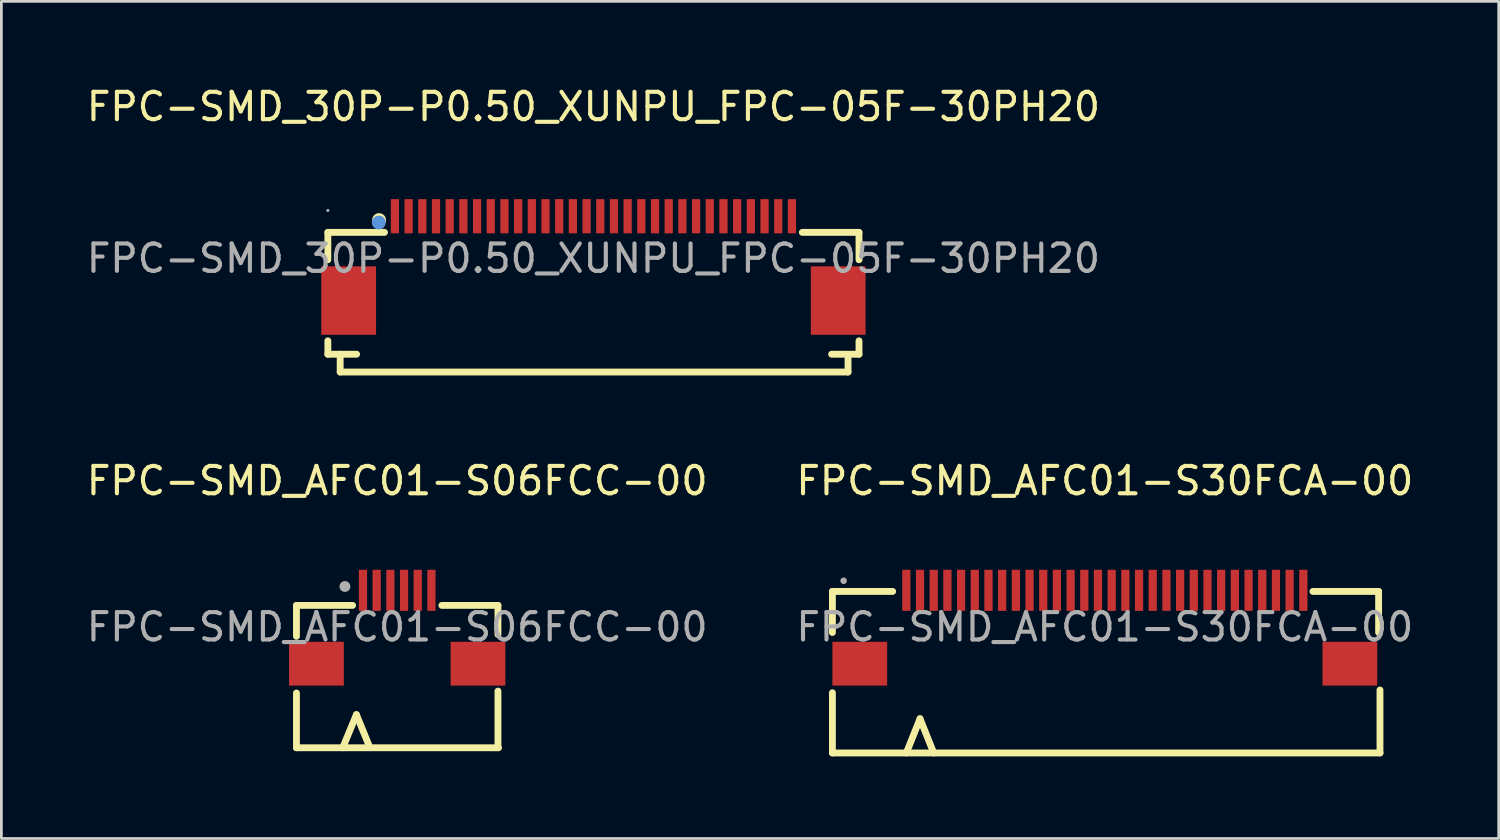
<source format=kicad_pcb>
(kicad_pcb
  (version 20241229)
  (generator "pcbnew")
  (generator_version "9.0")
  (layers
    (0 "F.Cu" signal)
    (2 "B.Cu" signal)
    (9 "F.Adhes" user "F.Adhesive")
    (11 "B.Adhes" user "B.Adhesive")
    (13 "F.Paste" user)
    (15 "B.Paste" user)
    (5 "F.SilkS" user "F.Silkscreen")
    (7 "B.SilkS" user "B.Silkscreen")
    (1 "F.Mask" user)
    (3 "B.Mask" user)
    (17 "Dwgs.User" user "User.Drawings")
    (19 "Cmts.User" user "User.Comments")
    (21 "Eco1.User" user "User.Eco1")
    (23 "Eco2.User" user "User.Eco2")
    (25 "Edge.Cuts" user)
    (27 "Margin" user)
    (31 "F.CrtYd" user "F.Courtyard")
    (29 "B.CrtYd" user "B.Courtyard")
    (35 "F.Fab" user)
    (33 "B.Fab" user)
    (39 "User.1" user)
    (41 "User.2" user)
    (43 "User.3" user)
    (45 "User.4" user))
  (footprint "FPC-SMD_AFC01-S30FCA-00"
    (layer "F.Cu")
    (at 37.304 19.852)
    (property "Reference" "FPC-SMD_AFC01-S30FCA-00" (at 0 -5.34 0) (layer "F.SilkS") (effects (font (size 1 1) (thickness 0.15))))
    (attr smd)
    (fp_line (start -9.95 -1.3) (end -9.95 0.2) (stroke (width 0.25) (type solid)) (layer "F.SilkS"))
    (fp_line (start -9.95 4.6) (end -9.95 2.4) (stroke (width 0.25) (type solid)) (layer "F.SilkS"))
    (fp_line (start -7.75 -1.3) (end -9.95 -1.3) (stroke (width 0.25) (type solid)) (layer "F.SilkS"))
    (fp_line (start -6.75 3.35) (end -7.25 4.6) (stroke (width 0.25) (type solid)) (layer "F.SilkS"))
    (fp_line (start -6.25 4.6) (end -6.75 3.35) (stroke (width 0.25) (type solid)) (layer "F.SilkS"))
    (fp_line (start 7.6 -1.3) (end 10 -1.3) (stroke (width 0.25) (type solid)) (layer "F.SilkS"))
    (fp_line (start 10 -1.3) (end 10 0.2) (stroke (width 0.25) (type solid)) (layer "F.SilkS"))
    (fp_line (start 10.05 2.3) (end 10.05 4.6) (stroke (width 0.25) (type solid)) (layer "F.SilkS"))
    (fp_line (start 10.05 4.6) (end -9.95 4.6) (stroke (width 0.25) (type solid)) (layer "F.SilkS"))
    (fp_circle (center -9.54 -1.69) (end -9.48 -1.69) (stroke (width 0.12) (type solid)) (fill no) (layer "F.Fab"))
    (fp_text user "${REFERENCE}" (at 0 0 0) (layer "F.Fab") (effects (font (size 1 1) (thickness 0.15))))
    (pad "1" smd rect (at -7.25 -1.34) (size 0.3 1.5) (layers "F.Cu" "F.Mask" "F.Paste"))
    (pad "2" smd rect (at -6.75 -1.34) (size 0.3 1.5) (layers "F.Cu" "F.Mask" "F.Paste"))
    (pad "3" smd rect (at -6.25 -1.34) (size 0.3 1.5) (layers "F.Cu" "F.Mask" "F.Paste"))
    (pad "4" smd rect (at -5.75 -1.34) (size 0.3 1.5) (layers "F.Cu" "F.Mask" "F.Paste"))
    (pad "5" smd rect (at -5.25 -1.34) (size 0.3 1.5) (layers "F.Cu" "F.Mask" "F.Paste"))
    (pad "6" smd rect (at -4.75 -1.34) (size 0.3 1.5) (layers "F.Cu" "F.Mask" "F.Paste"))
    (pad "7" smd rect (at -4.25 -1.34) (size 0.3 1.5) (layers "F.Cu" "F.Mask" "F.Paste"))
    (pad "8" smd rect (at -3.75 -1.34) (size 0.3 1.5) (layers "F.Cu" "F.Mask" "F.Paste"))
    (pad "9" smd rect (at -3.25 -1.34) (size 0.3 1.5) (layers "F.Cu" "F.Mask" "F.Paste"))
    (pad "10" smd rect (at -2.75 -1.34) (size 0.3 1.5) (layers "F.Cu" "F.Mask" "F.Paste"))
    (pad "11" smd rect (at -2.25 -1.34) (size 0.3 1.5) (layers "F.Cu" "F.Mask" "F.Paste"))
    (pad "12" smd rect (at -1.75 -1.34) (size 0.3 1.5) (layers "F.Cu" "F.Mask" "F.Paste"))
    (pad "13" smd rect (at -1.25 -1.34) (size 0.3 1.5) (layers "F.Cu" "F.Mask" "F.Paste"))
    (pad "14" smd rect (at -0.75 -1.34) (size 0.3 1.5) (layers "F.Cu" "F.Mask" "F.Paste"))
    (pad "15" smd rect (at -0.25 -1.34) (size 0.3 1.5) (layers "F.Cu" "F.Mask" "F.Paste"))
    (pad "16" smd rect (at 0.25 -1.34) (size 0.3 1.5) (layers "F.Cu" "F.Mask" "F.Paste"))
    (pad "17" smd rect (at 0.75 -1.34) (size 0.3 1.5) (layers "F.Cu" "F.Mask" "F.Paste"))
    (pad "18" smd rect (at 1.25 -1.34) (size 0.3 1.5) (layers "F.Cu" "F.Mask" "F.Paste"))
    (pad "19" smd rect (at 1.75 -1.34) (size 0.3 1.5) (layers "F.Cu" "F.Mask" "F.Paste"))
    (pad "20" smd rect (at 2.25 -1.34) (size 0.3 1.5) (layers "F.Cu" "F.Mask" "F.Paste"))
    (pad "21" smd rect (at 2.75 -1.34) (size 0.3 1.5) (layers "F.Cu" "F.Mask" "F.Paste"))
    (pad "22" smd rect (at 3.25 -1.34) (size 0.3 1.5) (layers "F.Cu" "F.Mask" "F.Paste"))
    (pad "23" smd rect (at 3.75 -1.34) (size 0.3 1.5) (layers "F.Cu" "F.Mask" "F.Paste"))
    (pad "24" smd rect (at 4.25 -1.34) (size 0.3 1.5) (layers "F.Cu" "F.Mask" "F.Paste"))
    (pad "25" smd rect (at 4.75 -1.34) (size 0.3 1.5) (layers "F.Cu" "F.Mask" "F.Paste"))
    (pad "26" smd rect (at 5.25 -1.34) (size 0.3 1.5) (layers "F.Cu" "F.Mask" "F.Paste"))
    (pad "27" smd rect (at 5.75 -1.34) (size 0.3 1.5) (layers "F.Cu" "F.Mask" "F.Paste"))
    (pad "28" smd rect (at 6.25 -1.34) (size 0.3 1.5) (layers "F.Cu" "F.Mask" "F.Paste"))
    (pad "29" smd rect (at 6.75 -1.34) (size 0.3 1.5) (layers "F.Cu" "F.Mask" "F.Paste"))
    (pad "30" smd rect (at 7.25 -1.34) (size 0.3 1.5) (layers "F.Cu" "F.Mask" "F.Paste"))
    (pad "31" smd rect (at -8.95 1.34) (size 2 1.6) (layers "F.Cu" "F.Mask" "F.Paste"))
    (pad "32" smd rect (at 8.95 1.34 180) (size 2 1.6) (layers "F.Cu" "F.Mask" "F.Paste")))
  (footprint "FPC-SMD_30P-P0.50_XUNPU_FPC-05F-30PH20"
    (layer "F.Cu")
    (at 18.625 6.388)
    (property "Reference" "FPC-SMD_30P-P0.50_XUNPU_FPC-05F-30PH20" (at 0 -5.54 0) (layer "F.SilkS") (effects (font (size 1 1) (thickness 0.15))))
    (attr smd)
    (fp_line (start -9.7 -0.95) (end -9.7 0.05) (stroke (width 0.25) (type solid)) (layer "F.SilkS"))
    (fp_line (start -9.7 3.01) (end -9.7 3.5) (stroke (width 0.25) (type solid)) (layer "F.SilkS"))
    (fp_line (start -9.7 3.5) (end -8.65 3.5) (stroke (width 0.25) (type solid)) (layer "F.SilkS"))
    (fp_line (start -9.25 3.5) (end -9.25 4.15) (stroke (width 0.25) (type solid)) (layer "F.SilkS"))
    (fp_line (start -9.25 4.15) (end 9.3 4.15) (stroke (width 0.25) (type solid)) (layer "F.SilkS"))
    (fp_line (start -7.63 -0.95) (end -9.7 -0.95) (stroke (width 0.25) (type solid)) (layer "F.SilkS"))
    (fp_line (start 8.7 3.5) (end 9.7 3.5) (stroke (width 0.25) (type solid)) (layer "F.SilkS"))
    (fp_line (start 9.3 4.15) (end 9.3 3.55) (stroke (width 0.25) (type solid)) (layer "F.SilkS"))
    (fp_line (start 9.7 -0.95) (end 7.63 -0.95) (stroke (width 0.25) (type solid)) (layer "F.SilkS"))
    (fp_line (start 9.7 0.05) (end 9.7 -0.95) (stroke (width 0.25) (type solid)) (layer "F.SilkS"))
    (fp_line (start 9.7 3.5) (end 9.7 3.01) (stroke (width 0.25) (type solid)) (layer "F.SilkS"))
    (fp_circle (center -7.83 -1.4) (end -7.7 -1.4) (stroke (width 0.25) (type solid)) (fill no) (layer "F.SilkS"))
    (fp_circle (center -7.84 -1.31) (end -7.71 -1.31) (stroke (width 0.25) (type solid)) (fill no) (layer "Cmts.User"))
    (fp_circle (center -9.7 -1.75) (end -9.67 -1.75) (stroke (width 0.06) (type solid)) (fill no) (layer "F.Fab"))
    (fp_text user "${REFERENCE}" (at 0 0 0) (layer "F.Fab") (effects (font (size 1 1) (thickness 0.15))))
    (pad "1" smd rect (at -7.25 -1.54) (size 0.3 1.25) (layers "F.Cu" "F.Mask" "F.Paste"))
    (pad "2" smd rect (at -6.75 -1.54) (size 0.3 1.25) (layers "F.Cu" "F.Mask" "F.Paste"))
    (pad "3" smd rect (at -6.25 -1.54) (size 0.3 1.25) (layers "F.Cu" "F.Mask" "F.Paste"))
    (pad "4" smd rect (at -5.75 -1.54) (size 0.3 1.25) (layers "F.Cu" "F.Mask" "F.Paste"))
    (pad "5" smd rect (at -5.25 -1.54) (size 0.3 1.25) (layers "F.Cu" "F.Mask" "F.Paste"))
    (pad "6" smd rect (at -4.75 -1.54) (size 0.3 1.25) (layers "F.Cu" "F.Mask" "F.Paste"))
    (pad "7" smd rect (at -4.25 -1.54) (size 0.3 1.25) (layers "F.Cu" "F.Mask" "F.Paste"))
    (pad "8" smd rect (at -3.75 -1.54) (size 0.3 1.25) (layers "F.Cu" "F.Mask" "F.Paste"))
    (pad "9" smd rect (at -3.25 -1.54) (size 0.3 1.25) (layers "F.Cu" "F.Mask" "F.Paste"))
    (pad "10" smd rect (at -2.75 -1.54) (size 0.3 1.25) (layers "F.Cu" "F.Mask" "F.Paste"))
    (pad "11" smd rect (at -2.25 -1.54) (size 0.3 1.25) (layers "F.Cu" "F.Mask" "F.Paste"))
    (pad "12" smd rect (at -1.75 -1.54) (size 0.3 1.25) (layers "F.Cu" "F.Mask" "F.Paste"))
    (pad "13" smd rect (at -1.25 -1.54) (size 0.3 1.25) (layers "F.Cu" "F.Mask" "F.Paste"))
    (pad "14" smd rect (at -0.75 -1.54) (size 0.3 1.25) (layers "F.Cu" "F.Mask" "F.Paste"))
    (pad "15" smd rect (at -0.25 -1.54) (size 0.3 1.25) (layers "F.Cu" "F.Mask" "F.Paste"))
    (pad "16" smd rect (at 0.25 -1.54) (size 0.3 1.25) (layers "F.Cu" "F.Mask" "F.Paste"))
    (pad "17" smd rect (at 0.75 -1.54) (size 0.3 1.25) (layers "F.Cu" "F.Mask" "F.Paste"))
    (pad "18" smd rect (at 1.25 -1.54) (size 0.3 1.25) (layers "F.Cu" "F.Mask" "F.Paste"))
    (pad "19" smd rect (at 1.75 -1.54) (size 0.3 1.25) (layers "F.Cu" "F.Mask" "F.Paste"))
    (pad "20" smd rect (at 2.25 -1.54) (size 0.3 1.25) (layers "F.Cu" "F.Mask" "F.Paste"))
    (pad "21" smd rect (at 2.75 -1.54) (size 0.3 1.25) (layers "F.Cu" "F.Mask" "F.Paste"))
    (pad "22" smd rect (at 3.25 -1.54) (size 0.3 1.25) (layers "F.Cu" "F.Mask" "F.Paste"))
    (pad "23" smd rect (at 3.75 -1.54) (size 0.3 1.25) (layers "F.Cu" "F.Mask" "F.Paste"))
    (pad "24" smd rect (at 4.25 -1.54) (size 0.3 1.25) (layers "F.Cu" "F.Mask" "F.Paste"))
    (pad "25" smd rect (at 4.75 -1.54) (size 0.3 1.25) (layers "F.Cu" "F.Mask" "F.Paste"))
    (pad "26" smd rect (at 5.25 -1.54) (size 0.3 1.25) (layers "F.Cu" "F.Mask" "F.Paste"))
    (pad "27" smd rect (at 5.75 -1.54) (size 0.3 1.25) (layers "F.Cu" "F.Mask" "F.Paste"))
    (pad "28" smd rect (at 6.25 -1.54) (size 0.3 1.25) (layers "F.Cu" "F.Mask" "F.Paste"))
    (pad "29" smd rect (at 6.75 -1.54) (size 0.3 1.25) (layers "F.Cu" "F.Mask" "F.Paste"))
    (pad "30" smd rect (at 7.25 -1.54) (size 0.3 1.25) (layers "F.Cu" "F.Mask" "F.Paste"))
    (pad "31" smd rect (at 8.94 1.54) (size 2 2.5) (layers "F.Cu" "F.Mask" "F.Paste"))
    (pad "32" smd rect (at -8.94 1.54) (size 2 2.5) (layers "F.Cu" "F.Mask" "F.Paste")))
  (footprint "FPC-SMD_AFC01-S06FCC-00"
    (layer "F.Cu")
    (at 11.458 19.852)
    (property "Reference" "FPC-SMD_AFC01-S06FCC-00" (at 0 -5.34 0) (layer "F.SilkS") (effects (font (size 1 1) (thickness 0.15))))
    (attr smd)
    (fp_line (start -3.68 -0.79) (end -3.68 0.34) (stroke (width 0.25) (type solid)) (layer "F.SilkS"))
    (fp_line (start -3.68 -0.79) (end -1.63 -0.79) (stroke (width 0.25) (type solid)) (layer "F.SilkS"))
    (fp_line (start -3.68 2.41) (end -3.68 4.41) (stroke (width 0.25) (type solid)) (layer "F.SilkS"))
    (fp_line (start -3.68 4.41) (end 3.7 4.41) (stroke (width 0.25) (type solid)) (layer "F.SilkS"))
    (fp_line (start -1.49 3.2) (end -1.99 4.41) (stroke (width 0.25) (type solid)) (layer "F.SilkS"))
    (fp_line (start -1 4.4) (end -1.49 3.2) (stroke (width 0.25) (type solid)) (layer "F.SilkS"))
    (fp_line (start 1.63 -0.79) (end 3.68 -0.79) (stroke (width 0.25) (type solid)) (layer "F.SilkS"))
    (fp_line (start 3.68 -0.79) (end 3.68 0.27) (stroke (width 0.25) (type solid)) (layer "F.SilkS"))
    (fp_line (start 3.68 2.34) (end 3.68 4.41) (stroke (width 0.25) (type solid)) (layer "F.SilkS"))
    (fp_circle (center -1.91 -1.48) (end -1.81 -1.48) (stroke (width 0.2) (type solid)) (fill no) (layer "F.Fab"))
    (fp_text user "${REFERENCE}" (at 0 0 0) (layer "F.Fab") (effects (font (size 1 1) (thickness 0.15))))
    (pad "1" smd rect (at -1.25 -1.34) (size 0.3 1.5) (layers "F.Cu" "F.Mask" "F.Paste"))
    (pad "2" smd rect (at -0.75 -1.34) (size 0.3 1.5) (layers "F.Cu" "F.Mask" "F.Paste"))
    (pad "3" smd rect (at -0.25 -1.34) (size 0.3 1.5) (layers "F.Cu" "F.Mask" "F.Paste"))
    (pad "4" smd rect (at 0.25 -1.34) (size 0.3 1.5) (layers "F.Cu" "F.Mask" "F.Paste"))
    (pad "5" smd rect (at 0.75 -1.34) (size 0.3 1.5) (layers "F.Cu" "F.Mask" "F.Paste"))
    (pad "6" smd rect (at 1.25 -1.34) (size 0.3 1.5) (layers "F.Cu" "F.Mask" "F.Paste"))
    (pad "7" smd rect (at -2.95 1.34) (size 2 1.6) (layers "F.Cu" "F.Mask" "F.Paste"))
    (pad "8" smd rect (at 2.95 1.34 180) (size 2 1.6) (layers "F.Cu" "F.Mask" "F.Paste")))
  (gr_rect
    (start -3 -3)
    (end 51.69 27.576)
    (stroke (width 0.1) (type default))
    (fill no)
    (layer "Edge.Cuts")))
</source>
